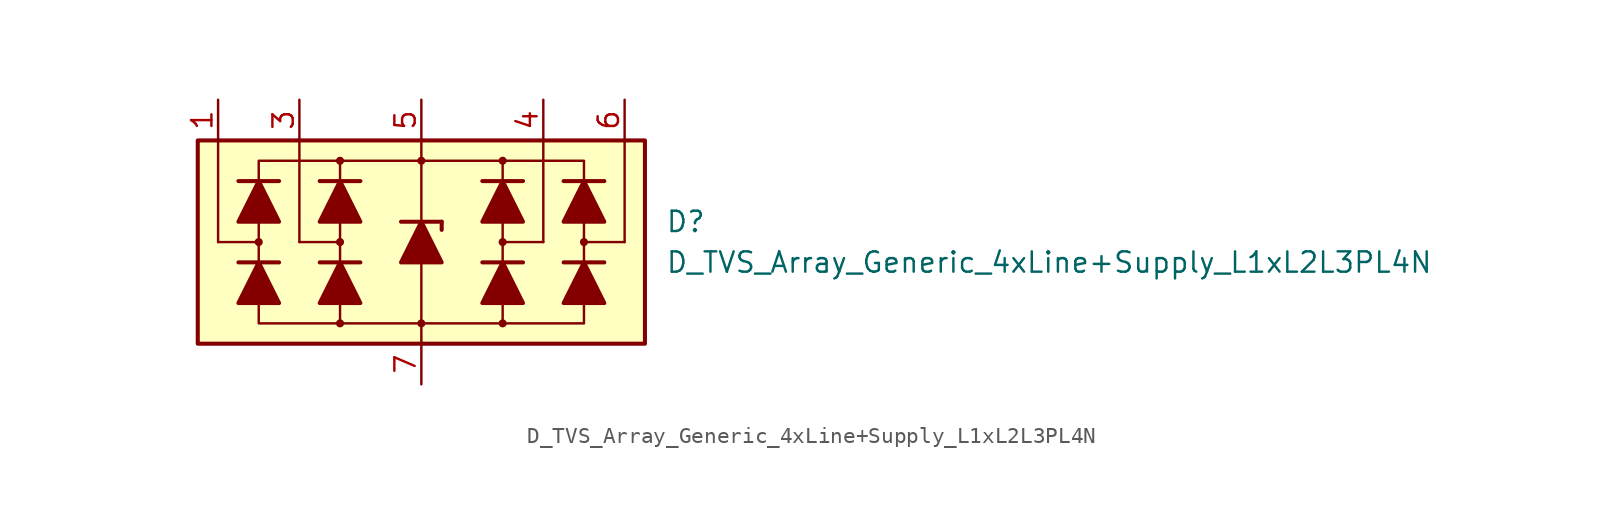
<source format=kicad_sym>
(kicad_symbol_lib
  (version 20211014)
  (generator kicad_symbol_editor)
  (symbol "D_TVS_Array_Generic_4xLine+Supply_L1xL2L3PL4N"
    (pin_names
      (offset 1.016) hide)
    (property "Reference" "D"
      (at 15.24 1.27 0)
      (effects (font (size 1.27 1.27)) (justify left)))
    (property "Value" "D_TVS_Array_Generic_4xLine+Supply_L1xL2L3PL4N"
      (at 15.24 -1.27 0)
      (effects (font (size 1.27 1.27)) (justify left)))
    (symbol "D_TVS_Array_Generic_4xLine+Supply_L1xL2L3PL4N_0_1"
      (rectangle (start -13.97 6.35) (end 13.97 -6.35) (stroke (width 0.254) (type default) (color 0 0 0 0)) (fill (type background)))
      (circle (center -5.08 0) (radius 0.178) (stroke (width 0) (type default) (color 0 0 0 0)) (fill (type outline)))
      (polyline (pts (xy -7.62 0) (xy -7.62 6.35)) (stroke (width 0) (type default) (color 0 0 0 0)) (fill (type none)))
      (polyline (pts (xy -5.08 -1.27) (xy -5.08 1.27)) (stroke (width 0) (type default) (color 0 0 0 0)) (fill (type none)))
      (polyline (pts (xy -5.08 0) (xy -7.62 0)) (stroke (width 0) (type default) (color 0 0 0 0)) (fill (type none)))
      (polyline (pts (xy 0 -5.08) (xy 0 -6.35)) (stroke (width 0) (type default) (color 0 0 0 0)) (fill (type none)))
      (polyline (pts (xy 0 -1.27) (xy 0 -5.08)) (stroke (width 0) (type default) (color 0 0 0 0)) (fill (type none)))
      (polyline (pts (xy 0 1.27) (xy 0 6.35)) (stroke (width 0) (type default) (color 0 0 0 0)) (fill (type none)))
      (polyline (pts (xy 5.08 -1.27) (xy 5.08 1.27)) (stroke (width 0) (type default) (color 0 0 0 0)) (fill (type none)))
      (polyline (pts (xy 5.08 0) (xy 7.62 0)) (stroke (width 0) (type default) (color 0 0 0 0)) (fill (type none)))
      (polyline (pts (xy 7.62 0) (xy 7.62 6.35)) (stroke (width 0) (type default) (color 0 0 0 0)) (fill (type none)))
      (polyline (pts (xy -5.08 -5.08) (xy -10.16 -5.08) (xy -10.16 5.08) (xy -5.08 5.08)) (stroke (width 0) (type default) (color 0 0 0 0)) (fill (type none)))
      (polyline (pts (xy -5.08 -3.81) (xy -5.08 -5.08) (xy 5.08 -5.08) (xy 5.08 -3.81)) (stroke (width 0) (type default) (color 0 0 0 0)) (fill (type none)))
      (polyline (pts (xy -5.08 3.81) (xy -5.08 5.08) (xy 5.08 5.08) (xy 5.08 3.81)) (stroke (width 0) (type default) (color 0 0 0 0)) (fill (type none)))
      (polyline (pts (xy 5.08 -5.08) (xy 10.16 -5.08) (xy 10.16 5.08) (xy 5.08 5.08)) (stroke (width 0) (type default) (color 0 0 0 0)) (fill (type none)))
      (circle (center 0 5.08) (radius 0.178) (stroke (width 0) (type default) (color 0 0 0 0)) (fill (type outline)))
      (circle (center 5.08 0) (radius 0.178) (stroke (width 0) (type default) (color 0 0 0 0)) (fill (type outline))))
    (symbol "D_TVS_Array_Generic_4xLine+Supply_L1xL2L3PL4N_1_1"
      (circle (center -10.16 0) (radius 0.178) (stroke (width 0) (type default) (color 0 0 0 0)) (fill (type outline)))
      (circle (center -5.08 -5.08) (radius 0.178) (stroke (width 0) (type default) (color 0 0 0 0)) (fill (type outline)))
      (circle (center -5.08 5.08) (radius 0.178) (stroke (width 0) (type default) (color 0 0 0 0)) (fill (type outline)))
      (circle (center 0 -5.08) (radius 0.178) (stroke (width 0) (type default) (color 0 0 0 0)) (fill (type outline)))
      (polyline (pts (xy -12.7 0) (xy -12.7 6.35)) (stroke (width 0) (type default) (color 0 0 0 0)) (fill (type none)))
      (polyline (pts (xy -10.16 0) (xy -12.7 0)) (stroke (width 0) (type default) (color 0 0 0 0)) (fill (type none)))
      (polyline (pts (xy -8.89 -1.27) (xy -11.43 -1.27)) (stroke (width 0.254) (type default) (color 0 0 0 0)) (fill (type none)))
      (polyline (pts (xy -8.89 3.81) (xy -11.43 3.81)) (stroke (width 0.254) (type default) (color 0 0 0 0)) (fill (type none)))
      (polyline (pts (xy -5.08 -3.81) (xy -5.08 -1.27)) (stroke (width 0) (type default) (color 0 0 0 0)) (fill (type none)))
      (polyline (pts (xy -5.08 1.27) (xy -5.08 3.81)) (stroke (width 0) (type default) (color 0 0 0 0)) (fill (type none)))
      (polyline (pts (xy -3.81 -1.27) (xy -6.35 -1.27)) (stroke (width 0.254) (type default) (color 0 0 0 0)) (fill (type none)))
      (polyline (pts (xy -3.81 3.81) (xy -6.35 3.81)) (stroke (width 0.254) (type default) (color 0 0 0 0)) (fill (type none)))
      (polyline (pts (xy -1.27 1.27) (xy 1.27 1.27)) (stroke (width 0.254) (type default) (color 0 0 0 0)) (fill (type none)))
      (polyline (pts (xy 0 -1.27) (xy 0 1.27)) (stroke (width 0) (type default) (color 0 0 0 0)) (fill (type none)))
      (polyline (pts (xy 1.27 1.27) (xy 1.27 0.762)) (stroke (width 0.254) (type default) (color 0 0 0 0)) (fill (type none)))
      (polyline (pts (xy 5.08 -3.81) (xy 5.08 -1.27)) (stroke (width 0) (type default) (color 0 0 0 0)) (fill (type none)))
      (polyline (pts (xy 5.08 1.27) (xy 5.08 3.81)) (stroke (width 0) (type default) (color 0 0 0 0)) (fill (type none)))
      (polyline (pts (xy 6.35 -1.27) (xy 3.81 -1.27)) (stroke (width 0.254) (type default) (color 0 0 0 0)) (fill (type none)))
      (polyline (pts (xy 6.35 3.81) (xy 3.81 3.81)) (stroke (width 0.254) (type default) (color 0 0 0 0)) (fill (type none)))
      (polyline (pts (xy 10.16 0) (xy 12.7 0)) (stroke (width 0) (type default) (color 0 0 0 0)) (fill (type none)))
      (polyline (pts (xy 11.43 -1.27) (xy 8.89 -1.27)) (stroke (width 0.254) (type default) (color 0 0 0 0)) (fill (type none)))
      (polyline (pts (xy 11.43 3.81) (xy 8.89 3.81)) (stroke (width 0.254) (type default) (color 0 0 0 0)) (fill (type none)))
      (polyline (pts (xy 12.7 0) (xy 12.7 6.35)) (stroke (width 0) (type default) (color 0 0 0 0)) (fill (type none)))
      (polyline (pts (xy -8.89 -3.81) (xy -11.43 -3.81) (xy -10.16 -1.27) (xy -8.89 -3.81)) (stroke (width 0.254) (type default) (color 0 0 0 0)) (fill (type outline)))
      (polyline (pts (xy -8.89 1.27) (xy -11.43 1.27) (xy -10.16 3.81) (xy -8.89 1.27)) (stroke (width 0.254) (type default) (color 0 0 0 0)) (fill (type outline)))
      (polyline (pts (xy -3.81 -3.81) (xy -6.35 -3.81) (xy -5.08 -1.27) (xy -3.81 -3.81)) (stroke (width 0.254) (type default) (color 0 0 0 0)) (fill (type outline)))
      (polyline (pts (xy -3.81 1.27) (xy -6.35 1.27) (xy -5.08 3.81) (xy -3.81 1.27)) (stroke (width 0.254) (type default) (color 0 0 0 0)) (fill (type outline)))
      (polyline (pts (xy 1.27 -1.27) (xy -1.27 -1.27) (xy 0 1.27) (xy 1.27 -1.27)) (stroke (width 0.254) (type default) (color 0 0 0 0)) (fill (type outline)))
      (polyline (pts (xy 6.35 -3.81) (xy 3.81 -3.81) (xy 5.08 -1.27) (xy 6.35 -3.81)) (stroke (width 0.254) (type default) (color 0 0 0 0)) (fill (type outline)))
      (polyline (pts (xy 6.35 1.27) (xy 3.81 1.27) (xy 5.08 3.81) (xy 6.35 1.27)) (stroke (width 0.254) (type default) (color 0 0 0 0)) (fill (type outline)))
      (polyline (pts (xy 11.43 -3.81) (xy 8.89 -3.81) (xy 10.16 -1.27) (xy 11.43 -3.81)) (stroke (width 0.254) (type default) (color 0 0 0 0)) (fill (type outline)))
      (polyline (pts (xy 11.43 1.27) (xy 8.89 1.27) (xy 10.16 3.81) (xy 11.43 1.27)) (stroke (width 0.254) (type default) (color 0 0 0 0)) (fill (type outline)))
      (circle (center 5.08 -5.08) (radius 0.178) (stroke (width 0) (type default) (color 0 0 0 0)) (fill (type outline)))
      (circle (center 5.08 5.08) (radius 0.178) (stroke (width 0) (type default) (color 0 0 0 0)) (fill (type outline)))
      (circle (center 10.16 0) (radius 0.178) (stroke (width 0) (type default) (color 0 0 0 0)) (fill (type outline)))
      (pin passive line (at -12.7 8.89 270) (length 2.54) (name "L1" (effects (font (size 1.27 1.27)))) (number "1" (effects (font (size 1.27 1.27)))))
      (pin passive line (at -7.62 8.89 270) (length 2.54) (name "L2" (effects (font (size 1.27 1.27)))) (number "3" (effects (font (size 1.27 1.27)))))
      (pin passive line (at 7.62 8.89 270) (length 2.54) (name "L3" (effects (font (size 1.27 1.27)))) (number "4" (effects (font (size 1.27 1.27)))))
      (pin passive line (at 0 8.89 270) (length 2.54) (name "VP" (effects (font (size 1.27 1.27)))) (number "5" (effects (font (size 1.27 1.27)))))
      (pin passive line (at 12.7 8.89 270) (length 2.54) (name "L4" (effects (font (size 1.27 1.27)))) (number "6" (effects (font (size 1.27 1.27)))))
      (pin passive line (at 0 -8.89 90) (length 2.54) (name "VN" (effects (font (size 1.27 1.27)))) (number "7" (effects (font (size 1.27 1.27))))))))
</source>
